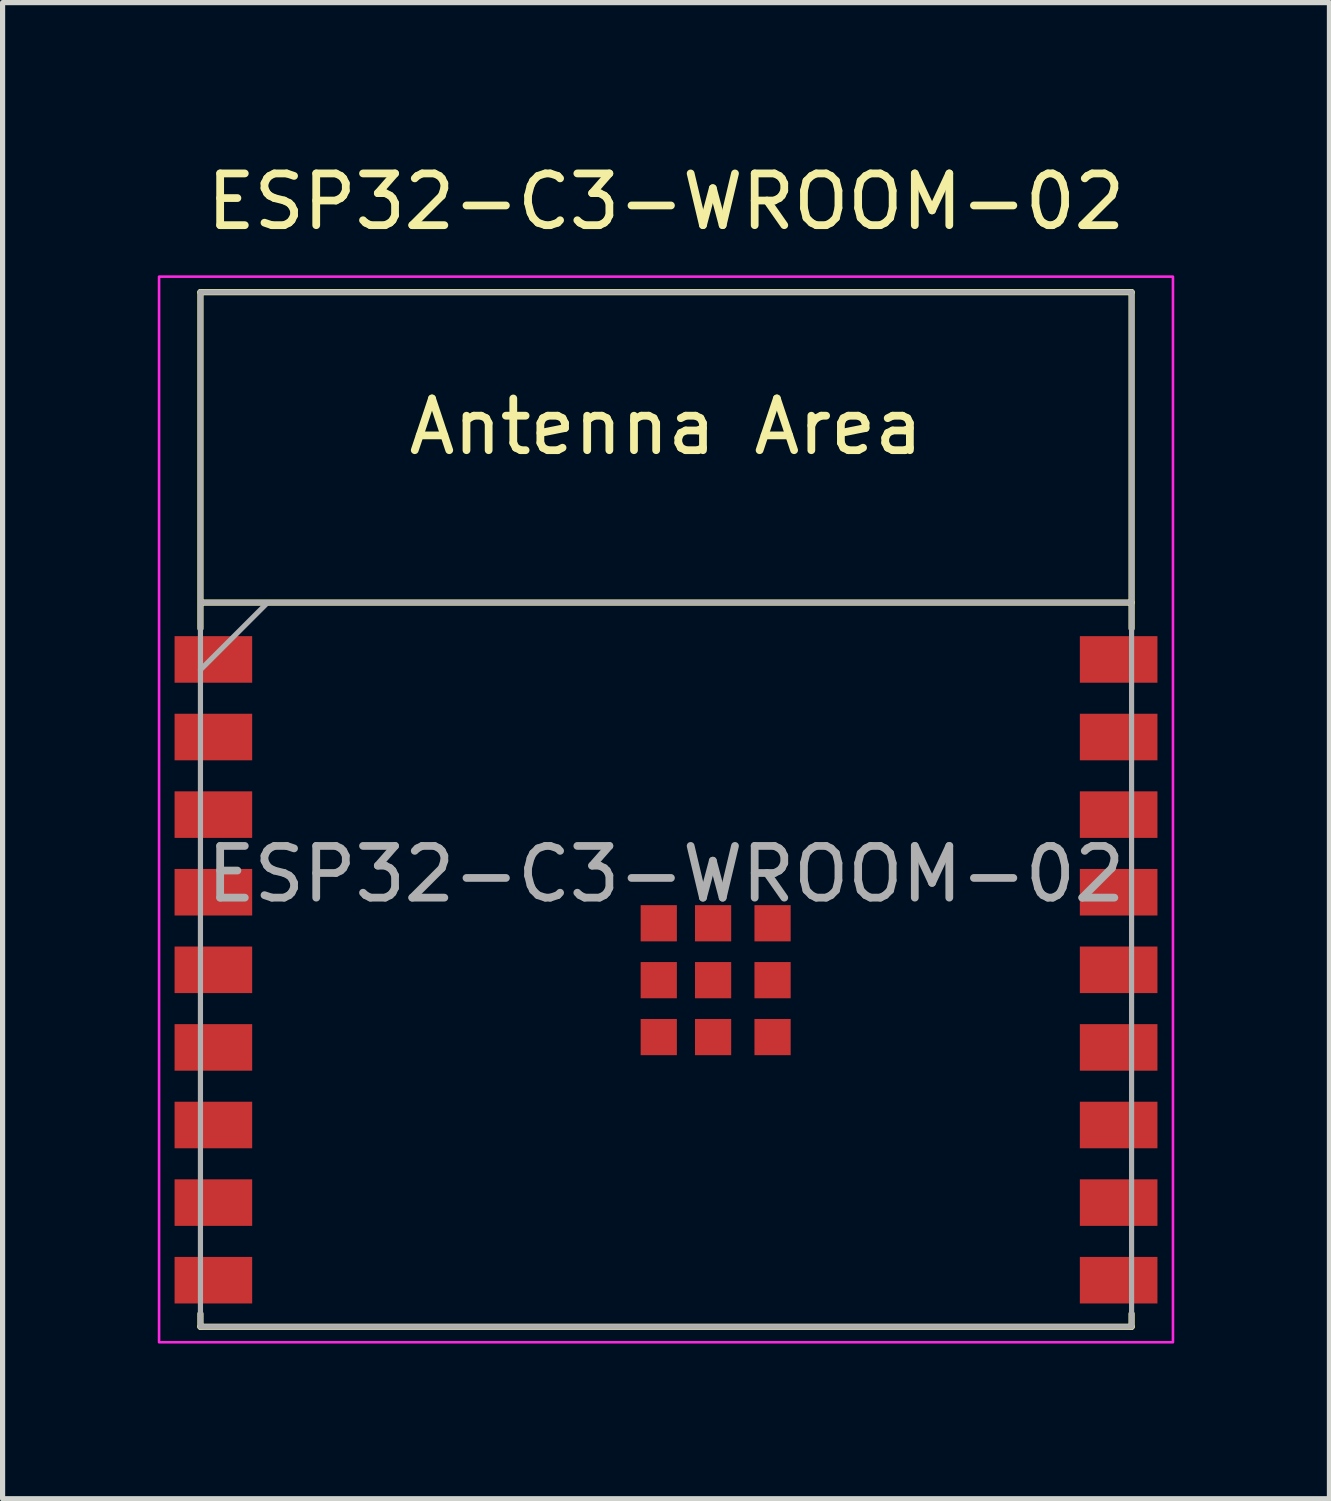
<source format=kicad_pcb>
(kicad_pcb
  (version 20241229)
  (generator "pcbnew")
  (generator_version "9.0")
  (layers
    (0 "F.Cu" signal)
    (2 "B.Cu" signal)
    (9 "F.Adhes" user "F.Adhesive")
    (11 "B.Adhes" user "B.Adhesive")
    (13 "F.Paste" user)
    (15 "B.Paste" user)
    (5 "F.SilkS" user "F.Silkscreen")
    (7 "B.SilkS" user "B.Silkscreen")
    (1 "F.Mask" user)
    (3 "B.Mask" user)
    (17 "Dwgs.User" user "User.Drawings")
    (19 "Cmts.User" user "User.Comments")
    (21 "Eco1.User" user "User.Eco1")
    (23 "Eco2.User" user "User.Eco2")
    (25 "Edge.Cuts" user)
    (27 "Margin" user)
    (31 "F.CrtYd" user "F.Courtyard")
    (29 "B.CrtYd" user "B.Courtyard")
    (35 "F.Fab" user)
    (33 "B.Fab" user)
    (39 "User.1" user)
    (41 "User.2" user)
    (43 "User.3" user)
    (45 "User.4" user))
  (footprint "ESP32-C3-WROOM-02"
    (layer "F.Cu")
    (at 9.825 15.598)
    (property "Reference" "ESP32-C3-WROOM-02" (at 0 -14.75 0) (layer "F.SilkS") (effects (font (size 1 1) (thickness 0.15))))
    (attr smd)
    (fp_line (start -9 -13) (end -9 -6.5) (stroke (width 0.12) (type solid)) (layer "F.SilkS"))
    (fp_line (start -9 -13) (end 9 -13) (stroke (width 0.12) (type solid)) (layer "F.SilkS"))
    (fp_line (start -9 7) (end -9 6.75) (stroke (width 0.12) (type solid)) (layer "F.SilkS"))
    (fp_line (start 9 -13) (end 9 -6.5) (stroke (width 0.12) (type solid)) (layer "F.SilkS"))
    (fp_line (start 9 -7) (end -8.95 -7) (stroke (width 0.12) (type solid)) (layer "F.SilkS"))
    (fp_line (start 9 6.75) (end 9 7) (stroke (width 0.12) (type solid)) (layer "F.SilkS"))
    (fp_line (start 9 7) (end -9 7) (stroke (width 0.12) (type solid)) (layer "F.SilkS"))
    (fp_poly (pts (xy 9.8 7.3) (xy -9.8 7.3) (xy -9.8 -13.3) (xy 9.8 -13.3)) (stroke (width 0.05) (type solid)) (fill no) (layer "F.CrtYd"))
    (fp_line (start -9 -13) (end 9 -13) (stroke (width 0.1) (type solid)) (layer "F.Fab"))
    (fp_line (start -9 -7) (end 9 -7) (stroke (width 0.1) (type solid)) (layer "F.Fab"))
    (fp_line (start -9 7) (end -9 -13) (stroke (width 0.1) (type solid)) (layer "F.Fab"))
    (fp_line (start -7.7 -7) (end -9 -5.7) (stroke (width 0.1) (type solid)) (layer "F.Fab"))
    (fp_line (start 9 -13) (end 9 7) (stroke (width 0.1) (type solid)) (layer "F.Fab"))
    (fp_line (start 9 7) (end -9 7) (stroke (width 0.1) (type solid)) (layer "F.Fab"))
    (fp_text user "Antenna Area" (at 0 -10.4 0) (layer "F.SilkS") (effects (font (size 1 1) (thickness 0.15))))
    (fp_text user "${REFERENCE}" (at 0 -1.75 0) (layer "F.Fab") (effects (font (size 1 1) (thickness 0.15))))
    (pad "1" smd rect (at -8.75 -5.9) (size 1.5 0.9) (layers "F.Cu" "F.Mask" "F.Paste"))
    (pad "2" smd rect (at -8.75 -4.4) (size 1.5 0.9) (layers "F.Cu" "F.Mask" "F.Paste"))
    (pad "3" smd rect (at -8.75 -2.9) (size 1.5 0.9) (layers "F.Cu" "F.Mask" "F.Paste"))
    (pad "4" smd rect (at -8.75 -1.4) (size 1.5 0.9) (layers "F.Cu" "F.Mask" "F.Paste"))
    (pad "5" smd rect (at -8.75 0.1) (size 1.5 0.9) (layers "F.Cu" "F.Mask" "F.Paste"))
    (pad "6" smd rect (at -8.75 1.6) (size 1.5 0.9) (layers "F.Cu" "F.Mask" "F.Paste"))
    (pad "7" smd rect (at -8.75 3.1) (size 1.5 0.9) (layers "F.Cu" "F.Mask" "F.Paste"))
    (pad "8" smd rect (at -8.75 4.6) (size 1.5 0.9) (layers "F.Cu" "F.Mask" "F.Paste"))
    (pad "9" smd rect (at -8.75 6.1) (size 1.5 0.9) (layers "F.Cu" "F.Mask" "F.Paste"))
    (pad "10" smd rect (at 8.75 6.1 180) (size 1.5 0.9) (layers "F.Cu" "F.Mask" "F.Paste"))
    (pad "11" smd rect (at 8.75 4.6 180) (size 1.5 0.9) (layers "F.Cu" "F.Mask" "F.Paste"))
    (pad "12" smd rect (at 8.75 3.1 180) (size 1.5 0.9) (layers "F.Cu" "F.Mask" "F.Paste"))
    (pad "13" smd rect (at 8.75 1.6 180) (size 1.5 0.9) (layers "F.Cu" "F.Mask" "F.Paste"))
    (pad "14" smd rect (at 8.75 0.1 180) (size 1.5 0.9) (layers "F.Cu" "F.Mask" "F.Paste"))
    (pad "15" smd rect (at 8.75 -1.4 180) (size 1.5 0.9) (layers "F.Cu" "F.Mask" "F.Paste"))
    (pad "16" smd rect (at 8.75 -2.9 180) (size 1.5 0.9) (layers "F.Cu" "F.Mask" "F.Paste"))
    (pad "17" smd rect (at 8.75 -4.4 180) (size 1.5 0.9) (layers "F.Cu" "F.Mask" "F.Paste"))
    (pad "18" smd rect (at 8.75 -5.9 180) (size 1.5 0.9) (layers "F.Cu" "F.Mask" "F.Paste"))
    (pad "19" smd rect (at -0.14 -0.8 180) (size 0.7 0.7) (layers "F.Cu" "F.Mask" "F.Paste"))
    (pad "19" smd rect (at -0.14 0.3 180) (size 0.7 0.7) (layers "F.Cu" "F.Mask" "F.Paste"))
    (pad "19" smd rect (at -0.14 1.4 180) (size 0.7 0.7) (layers "F.Cu" "F.Mask" "F.Paste"))
    (pad "19" smd rect (at 0.91 -0.8 180) (size 0.7 0.7) (layers "F.Cu" "F.Mask" "F.Paste"))
    (pad "19" smd rect (at 0.91 0.3 180) (size 0.7 0.7) (layers "F.Cu" "F.Mask" "F.Paste"))
    (pad "19" smd rect (at 0.91 1.4 180) (size 0.7 0.7) (layers "F.Cu" "F.Mask" "F.Paste"))
    (pad "19" smd rect (at 2.06 -0.8 180) (size 0.7 0.7) (layers "F.Cu" "F.Mask" "F.Paste"))
    (pad "19" smd rect (at 2.06 0.3 180) (size 0.7 0.7) (layers "F.Cu" "F.Mask" "F.Paste"))
    (pad "19" smd rect (at 2.06 1.4 180) (size 0.7 0.7) (layers "F.Cu" "F.Mask" "F.Paste")))
  (gr_rect
    (start -3 -3)
    (end 22.65 25.923)
    (stroke (width 0.1) (type default))
    (fill no)
    (layer "Edge.Cuts")))
</source>
